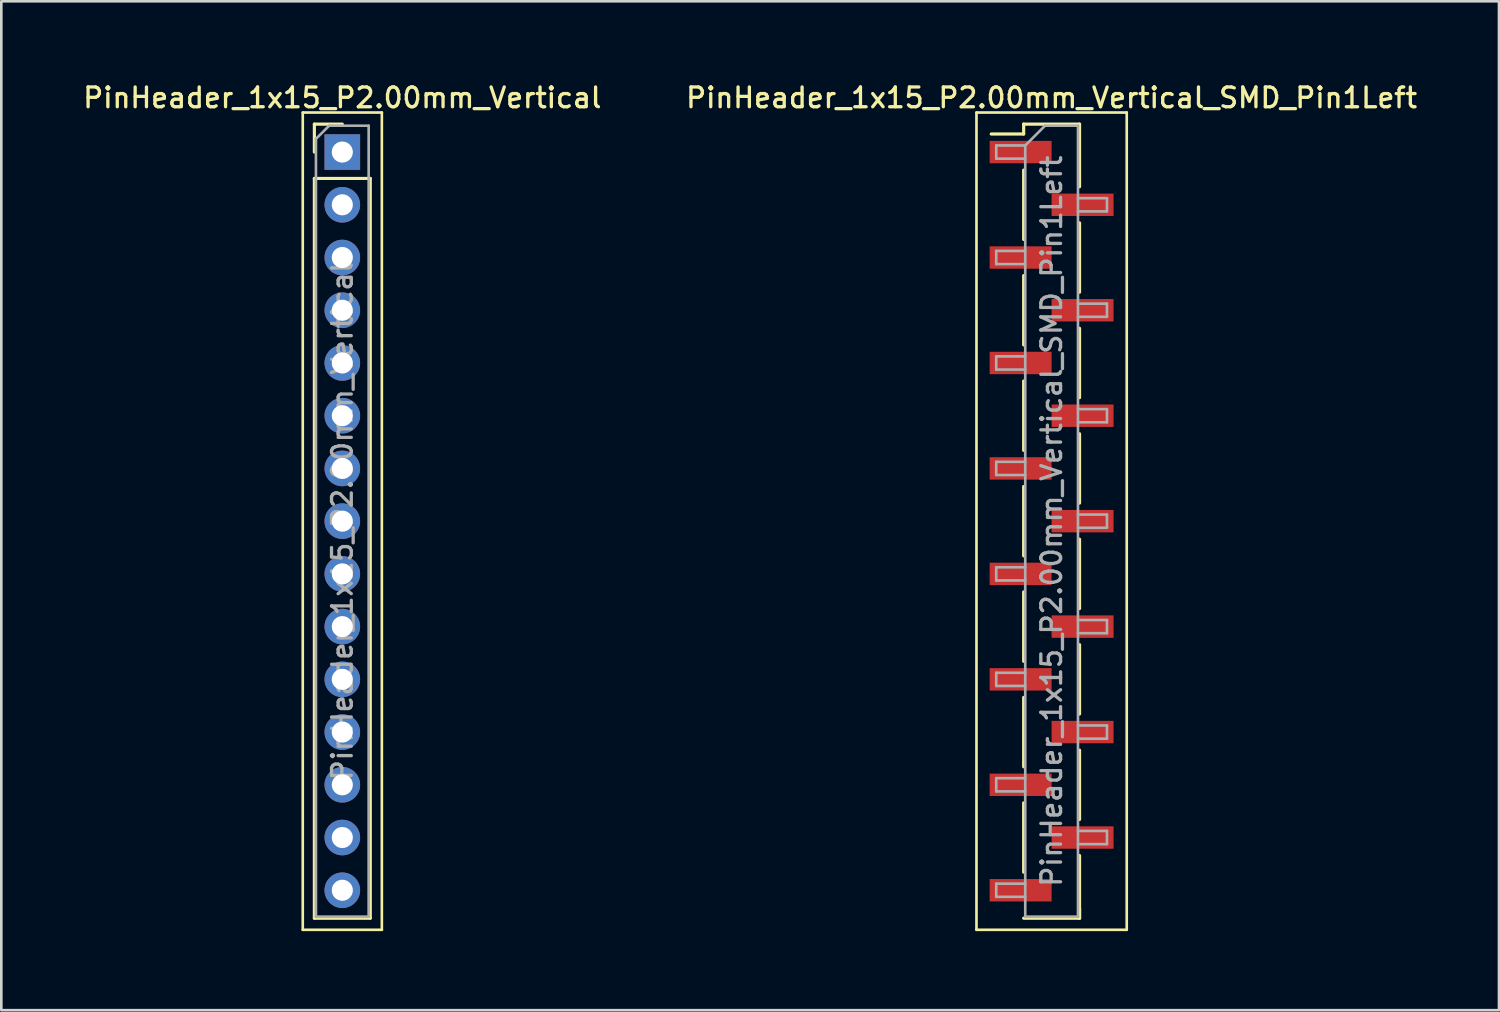
<source format=kicad_pcb>
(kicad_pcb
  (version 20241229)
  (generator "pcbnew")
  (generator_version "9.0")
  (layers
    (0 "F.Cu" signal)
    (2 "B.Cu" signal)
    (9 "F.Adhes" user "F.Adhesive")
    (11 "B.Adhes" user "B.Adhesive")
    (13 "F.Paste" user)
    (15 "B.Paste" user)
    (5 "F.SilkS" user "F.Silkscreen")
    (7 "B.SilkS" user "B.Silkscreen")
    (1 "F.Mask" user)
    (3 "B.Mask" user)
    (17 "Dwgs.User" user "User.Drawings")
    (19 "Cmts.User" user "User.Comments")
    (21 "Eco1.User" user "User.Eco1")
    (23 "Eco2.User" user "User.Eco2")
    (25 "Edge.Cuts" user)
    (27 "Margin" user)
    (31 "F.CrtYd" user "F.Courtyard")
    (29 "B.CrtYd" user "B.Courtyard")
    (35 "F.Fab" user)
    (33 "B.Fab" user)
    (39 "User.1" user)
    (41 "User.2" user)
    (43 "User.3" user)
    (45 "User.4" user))
  (footprint "PinHeader_1x15_P2.00mm_Vertical_SMD_Pin1Left"
    (layer "F.Cu")
    (at 36.838 16.718)
    (property "Reference" "PinHeader_1x15_P2.00mm_Vertical_SMD_Pin1Left" (at 0 -16.06 0) (layer "F.SilkS") (effects (font (size 0.75 0.75) (thickness 0.125))))
    (attr smd)
    (fp_line (start -2.85 -15.5) (end -2.85 15.5) (stroke (width 0.1) (type solid)) (layer "F.SilkS"))
    (fp_line (start -2.85 15.5) (end 2.85 15.5) (stroke (width 0.1) (type solid)) (layer "F.SilkS"))
    (fp_line (start -1.06 -15.06) (end -1.06 -14.685) (stroke (width 0.12) (type solid)) (layer "F.SilkS"))
    (fp_line (start -1.06 -15.06) (end 1.06 -15.06) (stroke (width 0.12) (type solid)) (layer "F.SilkS"))
    (fp_line (start -1.06 -14.685) (end -2.29 -14.685) (stroke (width 0.12) (type solid)) (layer "F.SilkS"))
    (fp_line (start -1.06 -13.315) (end -1.06 -10.685) (stroke (width 0.12) (type solid)) (layer "F.SilkS"))
    (fp_line (start -1.06 -9.315) (end -1.06 -6.685) (stroke (width 0.12) (type solid)) (layer "F.SilkS"))
    (fp_line (start -1.06 -5.315) (end -1.06 -2.685) (stroke (width 0.12) (type solid)) (layer "F.SilkS"))
    (fp_line (start -1.06 -1.315) (end -1.06 1.315) (stroke (width 0.12) (type solid)) (layer "F.SilkS"))
    (fp_line (start -1.06 2.685) (end -1.06 5.315) (stroke (width 0.12) (type solid)) (layer "F.SilkS"))
    (fp_line (start -1.06 6.685) (end -1.06 9.315) (stroke (width 0.12) (type solid)) (layer "F.SilkS"))
    (fp_line (start -1.06 10.685) (end -1.06 13.315) (stroke (width 0.12) (type solid)) (layer "F.SilkS"))
    (fp_line (start -1.06 15.06) (end 1.06 15.06) (stroke (width 0.12) (type solid)) (layer "F.SilkS"))
    (fp_line (start 1.06 -15.06) (end 1.06 -12.685) (stroke (width 0.12) (type solid)) (layer "F.SilkS"))
    (fp_line (start 1.06 -11.315) (end 1.06 -8.685) (stroke (width 0.12) (type solid)) (layer "F.SilkS"))
    (fp_line (start 1.06 -7.315) (end 1.06 -4.685) (stroke (width 0.12) (type solid)) (layer "F.SilkS"))
    (fp_line (start 1.06 -3.315) (end 1.06 -0.685) (stroke (width 0.12) (type solid)) (layer "F.SilkS"))
    (fp_line (start 1.06 0.685) (end 1.06 3.315) (stroke (width 0.12) (type solid)) (layer "F.SilkS"))
    (fp_line (start 1.06 4.685) (end 1.06 7.315) (stroke (width 0.12) (type solid)) (layer "F.SilkS"))
    (fp_line (start 1.06 8.685) (end 1.06 11.315) (stroke (width 0.12) (type solid)) (layer "F.SilkS"))
    (fp_line (start 1.06 12.685) (end 1.06 15.06) (stroke (width 0.12) (type solid)) (layer "F.SilkS"))
    (fp_line (start 1.06 14.685) (end 1.06 15.06) (stroke (width 0.12) (type solid)) (layer "F.SilkS"))
    (fp_line (start 2.85 -15.5) (end -2.85 -15.5) (stroke (width 0.1) (type solid)) (layer "F.SilkS"))
    (fp_line (start 2.85 15.5) (end 2.85 -15.5) (stroke (width 0.1) (type solid)) (layer "F.SilkS"))
    (fp_line (start -2.1 -14.25) (end -2.1 -13.75) (stroke (width 0.1) (type solid)) (layer "F.Fab"))
    (fp_line (start -2.1 -13.75) (end -1 -13.75) (stroke (width 0.1) (type solid)) (layer "F.Fab"))
    (fp_line (start -2.1 -10.25) (end -2.1 -9.75) (stroke (width 0.1) (type solid)) (layer "F.Fab"))
    (fp_line (start -2.1 -9.75) (end -1 -9.75) (stroke (width 0.1) (type solid)) (layer "F.Fab"))
    (fp_line (start -2.1 -6.25) (end -2.1 -5.75) (stroke (width 0.1) (type solid)) (layer "F.Fab"))
    (fp_line (start -2.1 -5.75) (end -1 -5.75) (stroke (width 0.1) (type solid)) (layer "F.Fab"))
    (fp_line (start -2.1 -2.25) (end -2.1 -1.75) (stroke (width 0.1) (type solid)) (layer "F.Fab"))
    (fp_line (start -2.1 -1.75) (end -1 -1.75) (stroke (width 0.1) (type solid)) (layer "F.Fab"))
    (fp_line (start -2.1 1.75) (end -2.1 2.25) (stroke (width 0.1) (type solid)) (layer "F.Fab"))
    (fp_line (start -2.1 2.25) (end -1 2.25) (stroke (width 0.1) (type solid)) (layer "F.Fab"))
    (fp_line (start -2.1 5.75) (end -2.1 6.25) (stroke (width 0.1) (type solid)) (layer "F.Fab"))
    (fp_line (start -2.1 6.25) (end -1 6.25) (stroke (width 0.1) (type solid)) (layer "F.Fab"))
    (fp_line (start -2.1 9.75) (end -2.1 10.25) (stroke (width 0.1) (type solid)) (layer "F.Fab"))
    (fp_line (start -2.1 10.25) (end -1 10.25) (stroke (width 0.1) (type solid)) (layer "F.Fab"))
    (fp_line (start -2.1 13.75) (end -2.1 14.25) (stroke (width 0.1) (type solid)) (layer "F.Fab"))
    (fp_line (start -2.1 14.25) (end -1 14.25) (stroke (width 0.1) (type solid)) (layer "F.Fab"))
    (fp_line (start -1 -14.25) (end -2.1 -14.25) (stroke (width 0.1) (type solid)) (layer "F.Fab"))
    (fp_line (start -1 -14.25) (end -0.25 -15) (stroke (width 0.1) (type solid)) (layer "F.Fab"))
    (fp_line (start -1 -10.25) (end -2.1 -10.25) (stroke (width 0.1) (type solid)) (layer "F.Fab"))
    (fp_line (start -1 -6.25) (end -2.1 -6.25) (stroke (width 0.1) (type solid)) (layer "F.Fab"))
    (fp_line (start -1 -2.25) (end -2.1 -2.25) (stroke (width 0.1) (type solid)) (layer "F.Fab"))
    (fp_line (start -1 1.75) (end -2.1 1.75) (stroke (width 0.1) (type solid)) (layer "F.Fab"))
    (fp_line (start -1 5.75) (end -2.1 5.75) (stroke (width 0.1) (type solid)) (layer "F.Fab"))
    (fp_line (start -1 9.75) (end -2.1 9.75) (stroke (width 0.1) (type solid)) (layer "F.Fab"))
    (fp_line (start -1 13.75) (end -2.1 13.75) (stroke (width 0.1) (type solid)) (layer "F.Fab"))
    (fp_line (start -1 15) (end -1 -14.25) (stroke (width 0.1) (type solid)) (layer "F.Fab"))
    (fp_line (start -0.25 -15) (end 1 -15) (stroke (width 0.1) (type solid)) (layer "F.Fab"))
    (fp_line (start 1 -15) (end 1 15) (stroke (width 0.1) (type solid)) (layer "F.Fab"))
    (fp_line (start 1 -12.25) (end 2.1 -12.25) (stroke (width 0.1) (type solid)) (layer "F.Fab"))
    (fp_line (start 1 -8.25) (end 2.1 -8.25) (stroke (width 0.1) (type solid)) (layer "F.Fab"))
    (fp_line (start 1 -4.25) (end 2.1 -4.25) (stroke (width 0.1) (type solid)) (layer "F.Fab"))
    (fp_line (start 1 -0.25) (end 2.1 -0.25) (stroke (width 0.1) (type solid)) (layer "F.Fab"))
    (fp_line (start 1 3.75) (end 2.1 3.75) (stroke (width 0.1) (type solid)) (layer "F.Fab"))
    (fp_line (start 1 7.75) (end 2.1 7.75) (stroke (width 0.1) (type solid)) (layer "F.Fab"))
    (fp_line (start 1 11.75) (end 2.1 11.75) (stroke (width 0.1) (type solid)) (layer "F.Fab"))
    (fp_line (start 1 15) (end -1 15) (stroke (width 0.1) (type solid)) (layer "F.Fab"))
    (fp_line (start 2.1 -12.25) (end 2.1 -11.75) (stroke (width 0.1) (type solid)) (layer "F.Fab"))
    (fp_line (start 2.1 -11.75) (end 1 -11.75) (stroke (width 0.1) (type solid)) (layer "F.Fab"))
    (fp_line (start 2.1 -8.25) (end 2.1 -7.75) (stroke (width 0.1) (type solid)) (layer "F.Fab"))
    (fp_line (start 2.1 -7.75) (end 1 -7.75) (stroke (width 0.1) (type solid)) (layer "F.Fab"))
    (fp_line (start 2.1 -4.25) (end 2.1 -3.75) (stroke (width 0.1) (type solid)) (layer "F.Fab"))
    (fp_line (start 2.1 -3.75) (end 1 -3.75) (stroke (width 0.1) (type solid)) (layer "F.Fab"))
    (fp_line (start 2.1 -0.25) (end 2.1 0.25) (stroke (width 0.1) (type solid)) (layer "F.Fab"))
    (fp_line (start 2.1 0.25) (end 1 0.25) (stroke (width 0.1) (type solid)) (layer "F.Fab"))
    (fp_line (start 2.1 3.75) (end 2.1 4.25) (stroke (width 0.1) (type solid)) (layer "F.Fab"))
    (fp_line (start 2.1 4.25) (end 1 4.25) (stroke (width 0.1) (type solid)) (layer "F.Fab"))
    (fp_line (start 2.1 7.75) (end 2.1 8.25) (stroke (width 0.1) (type solid)) (layer "F.Fab"))
    (fp_line (start 2.1 8.25) (end 1 8.25) (stroke (width 0.1) (type solid)) (layer "F.Fab"))
    (fp_line (start 2.1 11.75) (end 2.1 12.25) (stroke (width 0.1) (type solid)) (layer "F.Fab"))
    (fp_line (start 2.1 12.25) (end 1 12.25) (stroke (width 0.1) (type solid)) (layer "F.Fab"))
    (fp_text user "${REFERENCE}" (at 0 0 90) (layer "F.Fab") (effects (font (size 0.75 0.75) (thickness 0.125))))
    (pad "1" smd rect (at -1.175 -14) (size 2.35 0.85) (layers "F.Cu" "F.Mask" "F.Paste"))
    (pad "2" smd rect (at 1.175 -12) (size 2.35 0.85) (layers "F.Cu" "F.Mask" "F.Paste"))
    (pad "3" smd rect (at -1.175 -10) (size 2.35 0.85) (layers "F.Cu" "F.Mask" "F.Paste"))
    (pad "4" smd rect (at 1.175 -8) (size 2.35 0.85) (layers "F.Cu" "F.Mask" "F.Paste"))
    (pad "5" smd rect (at -1.175 -6) (size 2.35 0.85) (layers "F.Cu" "F.Mask" "F.Paste"))
    (pad "6" smd rect (at 1.175 -4) (size 2.35 0.85) (layers "F.Cu" "F.Mask" "F.Paste"))
    (pad "7" smd rect (at -1.175 -2) (size 2.35 0.85) (layers "F.Cu" "F.Mask" "F.Paste"))
    (pad "8" smd rect (at 1.175 0) (size 2.35 0.85) (layers "F.Cu" "F.Mask" "F.Paste"))
    (pad "9" smd rect (at -1.175 2) (size 2.35 0.85) (layers "F.Cu" "F.Mask" "F.Paste"))
    (pad "10" smd rect (at 1.175 4) (size 2.35 0.85) (layers "F.Cu" "F.Mask" "F.Paste"))
    (pad "11" smd rect (at -1.175 6) (size 2.35 0.85) (layers "F.Cu" "F.Mask" "F.Paste"))
    (pad "12" smd rect (at 1.175 8) (size 2.35 0.85) (layers "F.Cu" "F.Mask" "F.Paste"))
    (pad "13" smd rect (at -1.175 10) (size 2.35 0.85) (layers "F.Cu" "F.Mask" "F.Paste"))
    (pad "14" smd rect (at 1.175 12) (size 2.35 0.85) (layers "F.Cu" "F.Mask" "F.Paste"))
    (pad "15" smd rect (at -1.175 14) (size 2.35 0.85) (layers "F.Cu" "F.Mask" "F.Paste")))
  (footprint "PinHeader_1x15_P2.00mm_Vertical"
    (layer "F.Cu")
    (at 9.934 2.718)
    (property "Reference" "PinHeader_1x15_P2.00mm_Vertical" (at 0 -2.06 0) (layer "F.SilkS") (effects (font (size 0.75 0.75) (thickness 0.125))))
    (attr through_hole)
    (fp_line (start -1.5 -1.5) (end -1.5 29.5) (stroke (width 0.1) (type solid)) (layer "F.SilkS"))
    (fp_line (start -1.5 29.5) (end 1.5 29.5) (stroke (width 0.1) (type solid)) (layer "F.SilkS"))
    (fp_line (start -1.06 -1.06) (end 0 -1.06) (stroke (width 0.12) (type solid)) (layer "F.SilkS"))
    (fp_line (start -1.06 0) (end -1.06 -1.06) (stroke (width 0.12) (type solid)) (layer "F.SilkS"))
    (fp_line (start -1.06 1) (end -1.06 29.06) (stroke (width 0.12) (type solid)) (layer "F.SilkS"))
    (fp_line (start -1.06 1) (end 1.06 1) (stroke (width 0.12) (type solid)) (layer "F.SilkS"))
    (fp_line (start -1.06 29.06) (end 1.06 29.06) (stroke (width 0.12) (type solid)) (layer "F.SilkS"))
    (fp_line (start 1.06 1) (end 1.06 29.06) (stroke (width 0.12) (type solid)) (layer "F.SilkS"))
    (fp_line (start 1.5 -1.5) (end -1.5 -1.5) (stroke (width 0.1) (type solid)) (layer "F.SilkS"))
    (fp_line (start 1.5 29.5) (end 1.5 -1.5) (stroke (width 0.1) (type solid)) (layer "F.SilkS"))
    (fp_line (start -1 -0.5) (end -0.5 -1) (stroke (width 0.1) (type solid)) (layer "F.Fab"))
    (fp_line (start -1 29) (end -1 -0.5) (stroke (width 0.1) (type solid)) (layer "F.Fab"))
    (fp_line (start -0.5 -1) (end 1 -1) (stroke (width 0.1) (type solid)) (layer "F.Fab"))
    (fp_line (start 1 -1) (end 1 29) (stroke (width 0.1) (type solid)) (layer "F.Fab"))
    (fp_line (start 1 29) (end -1 29) (stroke (width 0.1) (type solid)) (layer "F.Fab"))
    (fp_text user "${REFERENCE}" (at 0 14 90) (layer "F.Fab") (effects (font (size 0.75 0.75) (thickness 0.125))))
    (pad "1" thru_hole rect (at 0 0) (size 1.35 1.35) (drill 0.8) (layers "*.Cu" "*.Mask"))
    (pad "2" thru_hole oval (at 0 2) (size 1.35 1.35) (drill 0.8) (layers "*.Cu" "*.Mask"))
    (pad "3" thru_hole oval (at 0 4) (size 1.35 1.35) (drill 0.8) (layers "*.Cu" "*.Mask"))
    (pad "4" thru_hole oval (at 0 6) (size 1.35 1.35) (drill 0.8) (layers "*.Cu" "*.Mask"))
    (pad "5" thru_hole oval (at 0 8) (size 1.35 1.35) (drill 0.8) (layers "*.Cu" "*.Mask"))
    (pad "6" thru_hole oval (at 0 10) (size 1.35 1.35) (drill 0.8) (layers "*.Cu" "*.Mask"))
    (pad "7" thru_hole oval (at 0 12) (size 1.35 1.35) (drill 0.8) (layers "*.Cu" "*.Mask"))
    (pad "8" thru_hole oval (at 0 14) (size 1.35 1.35) (drill 0.8) (layers "*.Cu" "*.Mask"))
    (pad "9" thru_hole oval (at 0 16) (size 1.35 1.35) (drill 0.8) (layers "*.Cu" "*.Mask"))
    (pad "10" thru_hole oval (at 0 18) (size 1.35 1.35) (drill 0.8) (layers "*.Cu" "*.Mask"))
    (pad "11" thru_hole oval (at 0 20) (size 1.35 1.35) (drill 0.8) (layers "*.Cu" "*.Mask"))
    (pad "12" thru_hole oval (at 0 22) (size 1.35 1.35) (drill 0.8) (layers "*.Cu" "*.Mask"))
    (pad "13" thru_hole oval (at 0 24) (size 1.35 1.35) (drill 0.8) (layers "*.Cu" "*.Mask"))
    (pad "14" thru_hole oval (at 0 26) (size 1.35 1.35) (drill 0.8) (layers "*.Cu" "*.Mask"))
    (pad "15" thru_hole oval (at 0 28) (size 1.35 1.35) (drill 0.8) (layers "*.Cu" "*.Mask")))
  (gr_rect
    (start -3 -3)
    (end 53.807 35.268)
    (stroke (width 0.1) (type default))
    (fill no)
    (layer "Edge.Cuts")))
</source>
